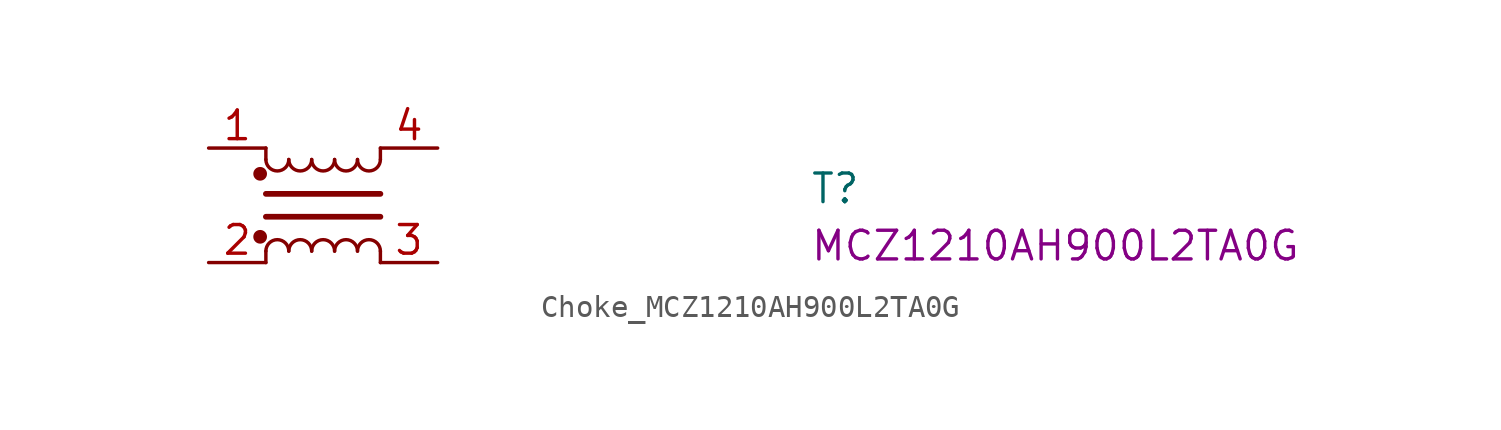
<source format=kicad_sym>
(kicad_symbol_lib
  (version 20220914)
  (generator kicad_symbol_editor)
  (symbol "Choke_MCZ1210AH900L2TA0G"
    (pin_names hide)
    (property "Reference" "T"
      (at 26.67 -2.54 0)
      (effects (font (size 1.27 1.27) (thickness 0.15)) (justify left bottom)))
    (property "MPN" "MCZ1210AH900L2TA0G"
      (at 26.67 -5.08 0)
      (effects (font (size 1.27 1.27) (thickness 0.15)) (justify left bottom)))
    (symbol "Choke_MCZ1210AH900L2TA0G_1_1"
      (polyline (pts (xy 2.54 -4.572) (xy 2.54 -5.08)) (stroke (width 0) (type default)) (fill (type none)))
      (polyline (pts (xy 2.54 -2.032) (xy 7.62 -2.032)) (stroke (width 0.254) (type default)) (fill (type none)))
      (polyline (pts (xy 2.54 -0.508) (xy 2.54 0)) (stroke (width 0) (type default)) (fill (type none)))
      (polyline (pts (xy 7.62 -4.572) (xy 7.62 -5.08)) (stroke (width 0) (type default)) (fill (type none)))
      (polyline (pts (xy 7.62 -3.048) (xy 2.54 -3.048)) (stroke (width 0.254) (type default)) (fill (type none)))
      (polyline (pts (xy 7.62 0) (xy 7.62 -0.508)) (stroke (width 0) (type default)) (fill (type none)))
      (circle (center 2.286 -3.937) (radius 0.254) (stroke (width 0.1) (type default)) (fill (type outline)))
      (circle (center 2.286 -1.143) (radius 0.254) (stroke (width 0.1) (type default)) (fill (type outline)))
      (arc (start 2.54 -0.508) (mid 3.048 -1.0138) (end 3.556 -0.508) (stroke (width 0) (type default)) (fill (type none)))
      (arc (start 3.556 -4.572) (mid 3.048 -4.0662) (end 2.54 -4.572) (stroke (width 0) (type default)) (fill (type none)))
      (arc (start 3.556 -0.508) (mid 4.064 -1.0138) (end 4.572 -0.508) (stroke (width 0) (type default)) (fill (type none)))
      (arc (start 4.572 -4.572) (mid 4.064 -4.0662) (end 3.556 -4.572) (stroke (width 0) (type default)) (fill (type none)))
      (arc (start 4.572 -0.508) (mid 5.08 -1.0138) (end 5.588 -0.508) (stroke (width 0) (type default)) (fill (type none)))
      (arc (start 5.588 -4.572) (mid 5.08 -4.0662) (end 4.572 -4.572) (stroke (width 0) (type default)) (fill (type none)))
      (arc (start 5.588 -0.508) (mid 6.096 -1.0138) (end 6.604 -0.508) (stroke (width 0) (type default)) (fill (type none)))
      (arc (start 6.604 -4.572) (mid 6.096 -4.0662) (end 5.588 -4.572) (stroke (width 0) (type default)) (fill (type none)))
      (arc (start 6.604 -0.508) (mid 7.112 -1.0138) (end 7.62 -0.508) (stroke (width 0) (type default)) (fill (type none)))
      (arc (start 7.62 -4.572) (mid 7.112 -4.0662) (end 6.604 -4.572) (stroke (width 0) (type default)) (fill (type none)))
      (pin passive line (at 0 0 0) (length 2.54) (name "1" (effects (font (size 1.27 1.27)))) (number "1" (effects (font (size 1.27 1.27)))))
      (pin passive line (at 0 -5.08 0) (length 2.54) (name "2" (effects (font (size 1.27 1.27)))) (number "2" (effects (font (size 1.27 1.27)))))
      (pin passive line (at 10.16 -5.08 180) (length 2.54) (name "3" (effects (font (size 1.27 1.27)))) (number "3" (effects (font (size 1.27 1.27)))))
      (pin passive line (at 10.16 0 180) (length 2.54) (name "4" (effects (font (size 1.27 1.27)))) (number "4" (effects (font (size 1.27 1.27))))))))
</source>
